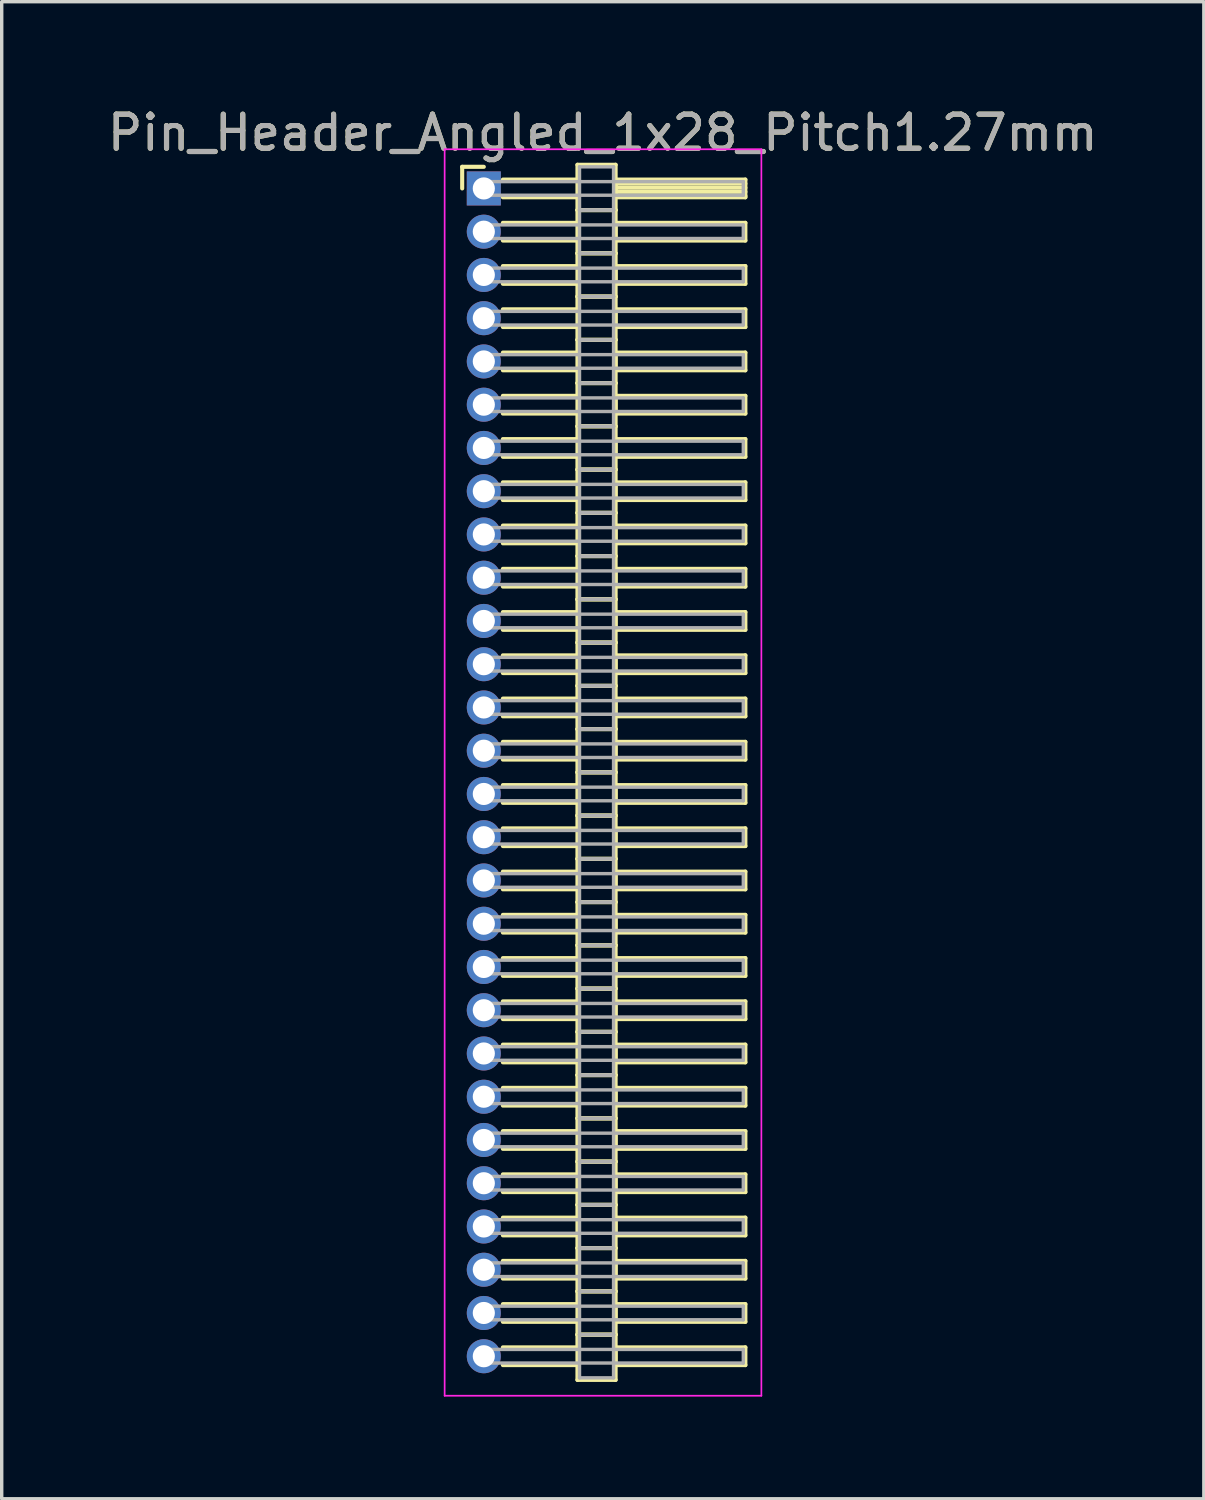
<source format=kicad_pcb>
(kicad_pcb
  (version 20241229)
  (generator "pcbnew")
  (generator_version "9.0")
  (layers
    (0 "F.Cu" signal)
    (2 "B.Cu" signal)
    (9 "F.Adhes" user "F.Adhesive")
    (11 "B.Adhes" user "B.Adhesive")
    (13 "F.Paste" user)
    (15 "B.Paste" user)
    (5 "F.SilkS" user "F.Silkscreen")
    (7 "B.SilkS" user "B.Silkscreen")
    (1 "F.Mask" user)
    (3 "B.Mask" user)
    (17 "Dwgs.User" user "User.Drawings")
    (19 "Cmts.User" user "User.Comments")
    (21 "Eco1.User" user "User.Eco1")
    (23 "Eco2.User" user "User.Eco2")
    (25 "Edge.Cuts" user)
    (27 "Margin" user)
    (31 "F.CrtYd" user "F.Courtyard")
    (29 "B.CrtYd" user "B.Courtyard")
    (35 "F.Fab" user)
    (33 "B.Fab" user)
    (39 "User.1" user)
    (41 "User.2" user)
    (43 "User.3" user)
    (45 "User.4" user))
  (footprint "Pin_Header_Angled_1x28_Pitch1.27mm"
    (layer "F.Cu")
    (at 11.156 2.483)
    (property "Reference" "Pin_Header_Angled_1x28_Pitch1.27mm" (at 3.493 -1.635 0) (layer "F.SilkS") (effects (font (size 1 1) (thickness 0.15))))
    (attr through_hole)
    (fp_line (start -0.635 -0.635) (end 0 -0.635) (stroke (width 0.12) (type solid)) (layer "F.SilkS"))
    (fp_line (start -0.635 0) (end -0.635 -0.635) (stroke (width 0.12) (type solid)) (layer "F.SilkS"))
    (fp_line (start 0.56 -0.26) (end 2.75 -0.26) (stroke (width 0.12) (type solid)) (layer "F.SilkS"))
    (fp_line (start 0.56 0.26) (end 2.75 0.26) (stroke (width 0.12) (type solid)) (layer "F.SilkS"))
    (fp_line (start 0.56 1.01) (end 2.75 1.01) (stroke (width 0.12) (type solid)) (layer "F.SilkS"))
    (fp_line (start 0.56 1.53) (end 2.75 1.53) (stroke (width 0.12) (type solid)) (layer "F.SilkS"))
    (fp_line (start 0.56 2.28) (end 2.75 2.28) (stroke (width 0.12) (type solid)) (layer "F.SilkS"))
    (fp_line (start 0.56 2.8) (end 2.75 2.8) (stroke (width 0.12) (type solid)) (layer "F.SilkS"))
    (fp_line (start 0.56 3.55) (end 2.75 3.55) (stroke (width 0.12) (type solid)) (layer "F.SilkS"))
    (fp_line (start 0.56 4.07) (end 2.75 4.07) (stroke (width 0.12) (type solid)) (layer "F.SilkS"))
    (fp_line (start 0.56 4.82) (end 2.75 4.82) (stroke (width 0.12) (type solid)) (layer "F.SilkS"))
    (fp_line (start 0.56 5.34) (end 2.75 5.34) (stroke (width 0.12) (type solid)) (layer "F.SilkS"))
    (fp_line (start 0.56 6.09) (end 2.75 6.09) (stroke (width 0.12) (type solid)) (layer "F.SilkS"))
    (fp_line (start 0.56 6.61) (end 2.75 6.61) (stroke (width 0.12) (type solid)) (layer "F.SilkS"))
    (fp_line (start 0.56 7.36) (end 2.75 7.36) (stroke (width 0.12) (type solid)) (layer "F.SilkS"))
    (fp_line (start 0.56 7.88) (end 2.75 7.88) (stroke (width 0.12) (type solid)) (layer "F.SilkS"))
    (fp_line (start 0.56 8.63) (end 2.75 8.63) (stroke (width 0.12) (type solid)) (layer "F.SilkS"))
    (fp_line (start 0.56 9.15) (end 2.75 9.15) (stroke (width 0.12) (type solid)) (layer "F.SilkS"))
    (fp_line (start 0.56 9.9) (end 2.75 9.9) (stroke (width 0.12) (type solid)) (layer "F.SilkS"))
    (fp_line (start 0.56 10.42) (end 2.75 10.42) (stroke (width 0.12) (type solid)) (layer "F.SilkS"))
    (fp_line (start 0.56 11.17) (end 2.75 11.17) (stroke (width 0.12) (type solid)) (layer "F.SilkS"))
    (fp_line (start 0.56 11.69) (end 2.75 11.69) (stroke (width 0.12) (type solid)) (layer "F.SilkS"))
    (fp_line (start 0.56 12.44) (end 2.75 12.44) (stroke (width 0.12) (type solid)) (layer "F.SilkS"))
    (fp_line (start 0.56 12.96) (end 2.75 12.96) (stroke (width 0.12) (type solid)) (layer "F.SilkS"))
    (fp_line (start 0.56 13.71) (end 2.75 13.71) (stroke (width 0.12) (type solid)) (layer "F.SilkS"))
    (fp_line (start 0.56 14.23) (end 2.75 14.23) (stroke (width 0.12) (type solid)) (layer "F.SilkS"))
    (fp_line (start 0.56 14.98) (end 2.75 14.98) (stroke (width 0.12) (type solid)) (layer "F.SilkS"))
    (fp_line (start 0.56 15.5) (end 2.75 15.5) (stroke (width 0.12) (type solid)) (layer "F.SilkS"))
    (fp_line (start 0.56 16.25) (end 2.75 16.25) (stroke (width 0.12) (type solid)) (layer "F.SilkS"))
    (fp_line (start 0.56 16.77) (end 2.75 16.77) (stroke (width 0.12) (type solid)) (layer "F.SilkS"))
    (fp_line (start 0.56 17.52) (end 2.75 17.52) (stroke (width 0.12) (type solid)) (layer "F.SilkS"))
    (fp_line (start 0.56 18.04) (end 2.75 18.04) (stroke (width 0.12) (type solid)) (layer "F.SilkS"))
    (fp_line (start 0.56 18.79) (end 2.75 18.79) (stroke (width 0.12) (type solid)) (layer "F.SilkS"))
    (fp_line (start 0.56 19.31) (end 2.75 19.31) (stroke (width 0.12) (type solid)) (layer "F.SilkS"))
    (fp_line (start 0.56 20.06) (end 2.75 20.06) (stroke (width 0.12) (type solid)) (layer "F.SilkS"))
    (fp_line (start 0.56 20.58) (end 2.75 20.58) (stroke (width 0.12) (type solid)) (layer "F.SilkS"))
    (fp_line (start 0.56 21.33) (end 2.75 21.33) (stroke (width 0.12) (type solid)) (layer "F.SilkS"))
    (fp_line (start 0.56 21.85) (end 2.75 21.85) (stroke (width 0.12) (type solid)) (layer "F.SilkS"))
    (fp_line (start 0.56 22.6) (end 2.75 22.6) (stroke (width 0.12) (type solid)) (layer "F.SilkS"))
    (fp_line (start 0.56 23.12) (end 2.75 23.12) (stroke (width 0.12) (type solid)) (layer "F.SilkS"))
    (fp_line (start 0.56 23.87) (end 2.75 23.87) (stroke (width 0.12) (type solid)) (layer "F.SilkS"))
    (fp_line (start 0.56 24.39) (end 2.75 24.39) (stroke (width 0.12) (type solid)) (layer "F.SilkS"))
    (fp_line (start 0.56 25.14) (end 2.75 25.14) (stroke (width 0.12) (type solid)) (layer "F.SilkS"))
    (fp_line (start 0.56 25.66) (end 2.75 25.66) (stroke (width 0.12) (type solid)) (layer "F.SilkS"))
    (fp_line (start 0.56 26.41) (end 2.75 26.41) (stroke (width 0.12) (type solid)) (layer "F.SilkS"))
    (fp_line (start 0.56 26.93) (end 2.75 26.93) (stroke (width 0.12) (type solid)) (layer "F.SilkS"))
    (fp_line (start 0.56 27.68) (end 2.75 27.68) (stroke (width 0.12) (type solid)) (layer "F.SilkS"))
    (fp_line (start 0.56 28.2) (end 2.75 28.2) (stroke (width 0.12) (type solid)) (layer "F.SilkS"))
    (fp_line (start 0.56 28.95) (end 2.75 28.95) (stroke (width 0.12) (type solid)) (layer "F.SilkS"))
    (fp_line (start 0.56 29.47) (end 2.75 29.47) (stroke (width 0.12) (type solid)) (layer "F.SilkS"))
    (fp_line (start 0.56 30.22) (end 2.75 30.22) (stroke (width 0.12) (type solid)) (layer "F.SilkS"))
    (fp_line (start 0.56 30.74) (end 2.75 30.74) (stroke (width 0.12) (type solid)) (layer "F.SilkS"))
    (fp_line (start 0.56 31.49) (end 2.75 31.49) (stroke (width 0.12) (type solid)) (layer "F.SilkS"))
    (fp_line (start 0.56 32.01) (end 2.75 32.01) (stroke (width 0.12) (type solid)) (layer "F.SilkS"))
    (fp_line (start 0.56 32.76) (end 2.75 32.76) (stroke (width 0.12) (type solid)) (layer "F.SilkS"))
    (fp_line (start 0.56 33.28) (end 2.75 33.28) (stroke (width 0.12) (type solid)) (layer "F.SilkS"))
    (fp_line (start 0.56 34.03) (end 2.75 34.03) (stroke (width 0.12) (type solid)) (layer "F.SilkS"))
    (fp_line (start 0.56 34.55) (end 2.75 34.55) (stroke (width 0.12) (type solid)) (layer "F.SilkS"))
    (fp_line (start 2.75 -0.695) (end 2.75 0.635) (stroke (width 0.12) (type solid)) (layer "F.SilkS"))
    (fp_line (start 2.75 0.635) (end 2.75 1.905) (stroke (width 0.12) (type solid)) (layer "F.SilkS"))
    (fp_line (start 2.75 0.635) (end 3.87 0.635) (stroke (width 0.12) (type solid)) (layer "F.SilkS"))
    (fp_line (start 2.75 1.905) (end 2.75 3.175) (stroke (width 0.12) (type solid)) (layer "F.SilkS"))
    (fp_line (start 2.75 1.905) (end 3.87 1.905) (stroke (width 0.12) (type solid)) (layer "F.SilkS"))
    (fp_line (start 2.75 3.175) (end 2.75 4.445) (stroke (width 0.12) (type solid)) (layer "F.SilkS"))
    (fp_line (start 2.75 3.175) (end 3.87 3.175) (stroke (width 0.12) (type solid)) (layer "F.SilkS"))
    (fp_line (start 2.75 4.445) (end 2.75 5.715) (stroke (width 0.12) (type solid)) (layer "F.SilkS"))
    (fp_line (start 2.75 4.445) (end 3.87 4.445) (stroke (width 0.12) (type solid)) (layer "F.SilkS"))
    (fp_line (start 2.75 5.715) (end 2.75 6.985) (stroke (width 0.12) (type solid)) (layer "F.SilkS"))
    (fp_line (start 2.75 5.715) (end 3.87 5.715) (stroke (width 0.12) (type solid)) (layer "F.SilkS"))
    (fp_line (start 2.75 6.985) (end 2.75 8.255) (stroke (width 0.12) (type solid)) (layer "F.SilkS"))
    (fp_line (start 2.75 6.985) (end 3.87 6.985) (stroke (width 0.12) (type solid)) (layer "F.SilkS"))
    (fp_line (start 2.75 8.255) (end 2.75 9.525) (stroke (width 0.12) (type solid)) (layer "F.SilkS"))
    (fp_line (start 2.75 8.255) (end 3.87 8.255) (stroke (width 0.12) (type solid)) (layer "F.SilkS"))
    (fp_line (start 2.75 9.525) (end 2.75 10.795) (stroke (width 0.12) (type solid)) (layer "F.SilkS"))
    (fp_line (start 2.75 9.525) (end 3.87 9.525) (stroke (width 0.12) (type solid)) (layer "F.SilkS"))
    (fp_line (start 2.75 10.795) (end 2.75 12.065) (stroke (width 0.12) (type solid)) (layer "F.SilkS"))
    (fp_line (start 2.75 10.795) (end 3.87 10.795) (stroke (width 0.12) (type solid)) (layer "F.SilkS"))
    (fp_line (start 2.75 12.065) (end 2.75 13.335) (stroke (width 0.12) (type solid)) (layer "F.SilkS"))
    (fp_line (start 2.75 12.065) (end 3.87 12.065) (stroke (width 0.12) (type solid)) (layer "F.SilkS"))
    (fp_line (start 2.75 13.335) (end 2.75 14.605) (stroke (width 0.12) (type solid)) (layer "F.SilkS"))
    (fp_line (start 2.75 13.335) (end 3.87 13.335) (stroke (width 0.12) (type solid)) (layer "F.SilkS"))
    (fp_line (start 2.75 14.605) (end 2.75 15.875) (stroke (width 0.12) (type solid)) (layer "F.SilkS"))
    (fp_line (start 2.75 14.605) (end 3.87 14.605) (stroke (width 0.12) (type solid)) (layer "F.SilkS"))
    (fp_line (start 2.75 15.875) (end 2.75 17.145) (stroke (width 0.12) (type solid)) (layer "F.SilkS"))
    (fp_line (start 2.75 15.875) (end 3.87 15.875) (stroke (width 0.12) (type solid)) (layer "F.SilkS"))
    (fp_line (start 2.75 17.145) (end 2.75 18.415) (stroke (width 0.12) (type solid)) (layer "F.SilkS"))
    (fp_line (start 2.75 17.145) (end 3.87 17.145) (stroke (width 0.12) (type solid)) (layer "F.SilkS"))
    (fp_line (start 2.75 18.415) (end 2.75 19.685) (stroke (width 0.12) (type solid)) (layer "F.SilkS"))
    (fp_line (start 2.75 18.415) (end 3.87 18.415) (stroke (width 0.12) (type solid)) (layer "F.SilkS"))
    (fp_line (start 2.75 19.685) (end 2.75 20.955) (stroke (width 0.12) (type solid)) (layer "F.SilkS"))
    (fp_line (start 2.75 19.685) (end 3.87 19.685) (stroke (width 0.12) (type solid)) (layer "F.SilkS"))
    (fp_line (start 2.75 20.955) (end 2.75 22.225) (stroke (width 0.12) (type solid)) (layer "F.SilkS"))
    (fp_line (start 2.75 20.955) (end 3.87 20.955) (stroke (width 0.12) (type solid)) (layer "F.SilkS"))
    (fp_line (start 2.75 22.225) (end 2.75 23.495) (stroke (width 0.12) (type solid)) (layer "F.SilkS"))
    (fp_line (start 2.75 22.225) (end 3.87 22.225) (stroke (width 0.12) (type solid)) (layer "F.SilkS"))
    (fp_line (start 2.75 23.495) (end 2.75 24.765) (stroke (width 0.12) (type solid)) (layer "F.SilkS"))
    (fp_line (start 2.75 23.495) (end 3.87 23.495) (stroke (width 0.12) (type solid)) (layer "F.SilkS"))
    (fp_line (start 2.75 24.765) (end 2.75 26.035) (stroke (width 0.12) (type solid)) (layer "F.SilkS"))
    (fp_line (start 2.75 24.765) (end 3.87 24.765) (stroke (width 0.12) (type solid)) (layer "F.SilkS"))
    (fp_line (start 2.75 26.035) (end 2.75 27.305) (stroke (width 0.12) (type solid)) (layer "F.SilkS"))
    (fp_line (start 2.75 26.035) (end 3.87 26.035) (stroke (width 0.12) (type solid)) (layer "F.SilkS"))
    (fp_line (start 2.75 27.305) (end 2.75 28.575) (stroke (width 0.12) (type solid)) (layer "F.SilkS"))
    (fp_line (start 2.75 27.305) (end 3.87 27.305) (stroke (width 0.12) (type solid)) (layer "F.SilkS"))
    (fp_line (start 2.75 28.575) (end 2.75 29.845) (stroke (width 0.12) (type solid)) (layer "F.SilkS"))
    (fp_line (start 2.75 28.575) (end 3.87 28.575) (stroke (width 0.12) (type solid)) (layer "F.SilkS"))
    (fp_line (start 2.75 29.845) (end 2.75 31.115) (stroke (width 0.12) (type solid)) (layer "F.SilkS"))
    (fp_line (start 2.75 29.845) (end 3.87 29.845) (stroke (width 0.12) (type solid)) (layer "F.SilkS"))
    (fp_line (start 2.75 31.115) (end 2.75 32.385) (stroke (width 0.12) (type solid)) (layer "F.SilkS"))
    (fp_line (start 2.75 31.115) (end 3.87 31.115) (stroke (width 0.12) (type solid)) (layer "F.SilkS"))
    (fp_line (start 2.75 32.385) (end 2.75 33.655) (stroke (width 0.12) (type solid)) (layer "F.SilkS"))
    (fp_line (start 2.75 32.385) (end 3.87 32.385) (stroke (width 0.12) (type solid)) (layer "F.SilkS"))
    (fp_line (start 2.75 33.655) (end 2.75 34.985) (stroke (width 0.12) (type solid)) (layer "F.SilkS"))
    (fp_line (start 2.75 33.655) (end 3.87 33.655) (stroke (width 0.12) (type solid)) (layer "F.SilkS"))
    (fp_line (start 2.75 34.985) (end 3.87 34.985) (stroke (width 0.12) (type solid)) (layer "F.SilkS"))
    (fp_line (start 3.87 -0.695) (end 2.75 -0.695) (stroke (width 0.12) (type solid)) (layer "F.SilkS"))
    (fp_line (start 3.87 -0.26) (end 3.87 0.26) (stroke (width 0.12) (type solid)) (layer "F.SilkS"))
    (fp_line (start 3.87 -0.14) (end 7.68 -0.14) (stroke (width 0.12) (type solid)) (layer "F.SilkS"))
    (fp_line (start 3.87 -0.02) (end 7.68 -0.02) (stroke (width 0.12) (type solid)) (layer "F.SilkS"))
    (fp_line (start 3.87 0.1) (end 7.68 0.1) (stroke (width 0.12) (type solid)) (layer "F.SilkS"))
    (fp_line (start 3.87 0.22) (end 7.68 0.22) (stroke (width 0.12) (type solid)) (layer "F.SilkS"))
    (fp_line (start 3.87 0.26) (end 7.68 0.26) (stroke (width 0.12) (type solid)) (layer "F.SilkS"))
    (fp_line (start 3.87 0.635) (end 2.75 0.635) (stroke (width 0.12) (type solid)) (layer "F.SilkS"))
    (fp_line (start 3.87 0.635) (end 3.87 -0.695) (stroke (width 0.12) (type solid)) (layer "F.SilkS"))
    (fp_line (start 3.87 1.01) (end 3.87 1.53) (stroke (width 0.12) (type solid)) (layer "F.SilkS"))
    (fp_line (start 3.87 1.53) (end 7.68 1.53) (stroke (width 0.12) (type solid)) (layer "F.SilkS"))
    (fp_line (start 3.87 1.905) (end 2.75 1.905) (stroke (width 0.12) (type solid)) (layer "F.SilkS"))
    (fp_line (start 3.87 1.905) (end 3.87 0.635) (stroke (width 0.12) (type solid)) (layer "F.SilkS"))
    (fp_line (start 3.87 2.28) (end 3.87 2.8) (stroke (width 0.12) (type solid)) (layer "F.SilkS"))
    (fp_line (start 3.87 2.8) (end 7.68 2.8) (stroke (width 0.12) (type solid)) (layer "F.SilkS"))
    (fp_line (start 3.87 3.175) (end 2.75 3.175) (stroke (width 0.12) (type solid)) (layer "F.SilkS"))
    (fp_line (start 3.87 3.175) (end 3.87 1.905) (stroke (width 0.12) (type solid)) (layer "F.SilkS"))
    (fp_line (start 3.87 3.55) (end 3.87 4.07) (stroke (width 0.12) (type solid)) (layer "F.SilkS"))
    (fp_line (start 3.87 4.07) (end 7.68 4.07) (stroke (width 0.12) (type solid)) (layer "F.SilkS"))
    (fp_line (start 3.87 4.445) (end 2.75 4.445) (stroke (width 0.12) (type solid)) (layer "F.SilkS"))
    (fp_line (start 3.87 4.445) (end 3.87 3.175) (stroke (width 0.12) (type solid)) (layer "F.SilkS"))
    (fp_line (start 3.87 4.82) (end 3.87 5.34) (stroke (width 0.12) (type solid)) (layer "F.SilkS"))
    (fp_line (start 3.87 5.34) (end 7.68 5.34) (stroke (width 0.12) (type solid)) (layer "F.SilkS"))
    (fp_line (start 3.87 5.715) (end 2.75 5.715) (stroke (width 0.12) (type solid)) (layer "F.SilkS"))
    (fp_line (start 3.87 5.715) (end 3.87 4.445) (stroke (width 0.12) (type solid)) (layer "F.SilkS"))
    (fp_line (start 3.87 6.09) (end 3.87 6.61) (stroke (width 0.12) (type solid)) (layer "F.SilkS"))
    (fp_line (start 3.87 6.61) (end 7.68 6.61) (stroke (width 0.12) (type solid)) (layer "F.SilkS"))
    (fp_line (start 3.87 6.985) (end 2.75 6.985) (stroke (width 0.12) (type solid)) (layer "F.SilkS"))
    (fp_line (start 3.87 6.985) (end 3.87 5.715) (stroke (width 0.12) (type solid)) (layer "F.SilkS"))
    (fp_line (start 3.87 7.36) (end 3.87 7.88) (stroke (width 0.12) (type solid)) (layer "F.SilkS"))
    (fp_line (start 3.87 7.88) (end 7.68 7.88) (stroke (width 0.12) (type solid)) (layer "F.SilkS"))
    (fp_line (start 3.87 8.255) (end 2.75 8.255) (stroke (width 0.12) (type solid)) (layer "F.SilkS"))
    (fp_line (start 3.87 8.255) (end 3.87 6.985) (stroke (width 0.12) (type solid)) (layer "F.SilkS"))
    (fp_line (start 3.87 8.63) (end 3.87 9.15) (stroke (width 0.12) (type solid)) (layer "F.SilkS"))
    (fp_line (start 3.87 9.15) (end 7.68 9.15) (stroke (width 0.12) (type solid)) (layer "F.SilkS"))
    (fp_line (start 3.87 9.525) (end 2.75 9.525) (stroke (width 0.12) (type solid)) (layer "F.SilkS"))
    (fp_line (start 3.87 9.525) (end 3.87 8.255) (stroke (width 0.12) (type solid)) (layer "F.SilkS"))
    (fp_line (start 3.87 9.9) (end 3.87 10.42) (stroke (width 0.12) (type solid)) (layer "F.SilkS"))
    (fp_line (start 3.87 10.42) (end 7.68 10.42) (stroke (width 0.12) (type solid)) (layer "F.SilkS"))
    (fp_line (start 3.87 10.795) (end 2.75 10.795) (stroke (width 0.12) (type solid)) (layer "F.SilkS"))
    (fp_line (start 3.87 10.795) (end 3.87 9.525) (stroke (width 0.12) (type solid)) (layer "F.SilkS"))
    (fp_line (start 3.87 11.17) (end 3.87 11.69) (stroke (width 0.12) (type solid)) (layer "F.SilkS"))
    (fp_line (start 3.87 11.69) (end 7.68 11.69) (stroke (width 0.12) (type solid)) (layer "F.SilkS"))
    (fp_line (start 3.87 12.065) (end 2.75 12.065) (stroke (width 0.12) (type solid)) (layer "F.SilkS"))
    (fp_line (start 3.87 12.065) (end 3.87 10.795) (stroke (width 0.12) (type solid)) (layer "F.SilkS"))
    (fp_line (start 3.87 12.44) (end 3.87 12.96) (stroke (width 0.12) (type solid)) (layer "F.SilkS"))
    (fp_line (start 3.87 12.96) (end 7.68 12.96) (stroke (width 0.12) (type solid)) (layer "F.SilkS"))
    (fp_line (start 3.87 13.335) (end 2.75 13.335) (stroke (width 0.12) (type solid)) (layer "F.SilkS"))
    (fp_line (start 3.87 13.335) (end 3.87 12.065) (stroke (width 0.12) (type solid)) (layer "F.SilkS"))
    (fp_line (start 3.87 13.71) (end 3.87 14.23) (stroke (width 0.12) (type solid)) (layer "F.SilkS"))
    (fp_line (start 3.87 14.23) (end 7.68 14.23) (stroke (width 0.12) (type solid)) (layer "F.SilkS"))
    (fp_line (start 3.87 14.605) (end 2.75 14.605) (stroke (width 0.12) (type solid)) (layer "F.SilkS"))
    (fp_line (start 3.87 14.605) (end 3.87 13.335) (stroke (width 0.12) (type solid)) (layer "F.SilkS"))
    (fp_line (start 3.87 14.98) (end 3.87 15.5) (stroke (width 0.12) (type solid)) (layer "F.SilkS"))
    (fp_line (start 3.87 15.5) (end 7.68 15.5) (stroke (width 0.12) (type solid)) (layer "F.SilkS"))
    (fp_line (start 3.87 15.875) (end 2.75 15.875) (stroke (width 0.12) (type solid)) (layer "F.SilkS"))
    (fp_line (start 3.87 15.875) (end 3.87 14.605) (stroke (width 0.12) (type solid)) (layer "F.SilkS"))
    (fp_line (start 3.87 16.25) (end 3.87 16.77) (stroke (width 0.12) (type solid)) (layer "F.SilkS"))
    (fp_line (start 3.87 16.77) (end 7.68 16.77) (stroke (width 0.12) (type solid)) (layer "F.SilkS"))
    (fp_line (start 3.87 17.145) (end 2.75 17.145) (stroke (width 0.12) (type solid)) (layer "F.SilkS"))
    (fp_line (start 3.87 17.145) (end 3.87 15.875) (stroke (width 0.12) (type solid)) (layer "F.SilkS"))
    (fp_line (start 3.87 17.52) (end 3.87 18.04) (stroke (width 0.12) (type solid)) (layer "F.SilkS"))
    (fp_line (start 3.87 18.04) (end 7.68 18.04) (stroke (width 0.12) (type solid)) (layer "F.SilkS"))
    (fp_line (start 3.87 18.415) (end 2.75 18.415) (stroke (width 0.12) (type solid)) (layer "F.SilkS"))
    (fp_line (start 3.87 18.415) (end 3.87 17.145) (stroke (width 0.12) (type solid)) (layer "F.SilkS"))
    (fp_line (start 3.87 18.79) (end 3.87 19.31) (stroke (width 0.12) (type solid)) (layer "F.SilkS"))
    (fp_line (start 3.87 19.31) (end 7.68 19.31) (stroke (width 0.12) (type solid)) (layer "F.SilkS"))
    (fp_line (start 3.87 19.685) (end 2.75 19.685) (stroke (width 0.12) (type solid)) (layer "F.SilkS"))
    (fp_line (start 3.87 19.685) (end 3.87 18.415) (stroke (width 0.12) (type solid)) (layer "F.SilkS"))
    (fp_line (start 3.87 20.06) (end 3.87 20.58) (stroke (width 0.12) (type solid)) (layer "F.SilkS"))
    (fp_line (start 3.87 20.58) (end 7.68 20.58) (stroke (width 0.12) (type solid)) (layer "F.SilkS"))
    (fp_line (start 3.87 20.955) (end 2.75 20.955) (stroke (width 0.12) (type solid)) (layer "F.SilkS"))
    (fp_line (start 3.87 20.955) (end 3.87 19.685) (stroke (width 0.12) (type solid)) (layer "F.SilkS"))
    (fp_line (start 3.87 21.33) (end 3.87 21.85) (stroke (width 0.12) (type solid)) (layer "F.SilkS"))
    (fp_line (start 3.87 21.85) (end 7.68 21.85) (stroke (width 0.12) (type solid)) (layer "F.SilkS"))
    (fp_line (start 3.87 22.225) (end 2.75 22.225) (stroke (width 0.12) (type solid)) (layer "F.SilkS"))
    (fp_line (start 3.87 22.225) (end 3.87 20.955) (stroke (width 0.12) (type solid)) (layer "F.SilkS"))
    (fp_line (start 3.87 22.6) (end 3.87 23.12) (stroke (width 0.12) (type solid)) (layer "F.SilkS"))
    (fp_line (start 3.87 23.12) (end 7.68 23.12) (stroke (width 0.12) (type solid)) (layer "F.SilkS"))
    (fp_line (start 3.87 23.495) (end 2.75 23.495) (stroke (width 0.12) (type solid)) (layer "F.SilkS"))
    (fp_line (start 3.87 23.495) (end 3.87 22.225) (stroke (width 0.12) (type solid)) (layer "F.SilkS"))
    (fp_line (start 3.87 23.87) (end 3.87 24.39) (stroke (width 0.12) (type solid)) (layer "F.SilkS"))
    (fp_line (start 3.87 24.39) (end 7.68 24.39) (stroke (width 0.12) (type solid)) (layer "F.SilkS"))
    (fp_line (start 3.87 24.765) (end 2.75 24.765) (stroke (width 0.12) (type solid)) (layer "F.SilkS"))
    (fp_line (start 3.87 24.765) (end 3.87 23.495) (stroke (width 0.12) (type solid)) (layer "F.SilkS"))
    (fp_line (start 3.87 25.14) (end 3.87 25.66) (stroke (width 0.12) (type solid)) (layer "F.SilkS"))
    (fp_line (start 3.87 25.66) (end 7.68 25.66) (stroke (width 0.12) (type solid)) (layer "F.SilkS"))
    (fp_line (start 3.87 26.035) (end 2.75 26.035) (stroke (width 0.12) (type solid)) (layer "F.SilkS"))
    (fp_line (start 3.87 26.035) (end 3.87 24.765) (stroke (width 0.12) (type solid)) (layer "F.SilkS"))
    (fp_line (start 3.87 26.41) (end 3.87 26.93) (stroke (width 0.12) (type solid)) (layer "F.SilkS"))
    (fp_line (start 3.87 26.93) (end 7.68 26.93) (stroke (width 0.12) (type solid)) (layer "F.SilkS"))
    (fp_line (start 3.87 27.305) (end 2.75 27.305) (stroke (width 0.12) (type solid)) (layer "F.SilkS"))
    (fp_line (start 3.87 27.305) (end 3.87 26.035) (stroke (width 0.12) (type solid)) (layer "F.SilkS"))
    (fp_line (start 3.87 27.68) (end 3.87 28.2) (stroke (width 0.12) (type solid)) (layer "F.SilkS"))
    (fp_line (start 3.87 28.2) (end 7.68 28.2) (stroke (width 0.12) (type solid)) (layer "F.SilkS"))
    (fp_line (start 3.87 28.575) (end 2.75 28.575) (stroke (width 0.12) (type solid)) (layer "F.SilkS"))
    (fp_line (start 3.87 28.575) (end 3.87 27.305) (stroke (width 0.12) (type solid)) (layer "F.SilkS"))
    (fp_line (start 3.87 28.95) (end 3.87 29.47) (stroke (width 0.12) (type solid)) (layer "F.SilkS"))
    (fp_line (start 3.87 29.47) (end 7.68 29.47) (stroke (width 0.12) (type solid)) (layer "F.SilkS"))
    (fp_line (start 3.87 29.845) (end 2.75 29.845) (stroke (width 0.12) (type solid)) (layer "F.SilkS"))
    (fp_line (start 3.87 29.845) (end 3.87 28.575) (stroke (width 0.12) (type solid)) (layer "F.SilkS"))
    (fp_line (start 3.87 30.22) (end 3.87 30.74) (stroke (width 0.12) (type solid)) (layer "F.SilkS"))
    (fp_line (start 3.87 30.74) (end 7.68 30.74) (stroke (width 0.12) (type solid)) (layer "F.SilkS"))
    (fp_line (start 3.87 31.115) (end 2.75 31.115) (stroke (width 0.12) (type solid)) (layer "F.SilkS"))
    (fp_line (start 3.87 31.115) (end 3.87 29.845) (stroke (width 0.12) (type solid)) (layer "F.SilkS"))
    (fp_line (start 3.87 31.49) (end 3.87 32.01) (stroke (width 0.12) (type solid)) (layer "F.SilkS"))
    (fp_line (start 3.87 32.01) (end 7.68 32.01) (stroke (width 0.12) (type solid)) (layer "F.SilkS"))
    (fp_line (start 3.87 32.385) (end 2.75 32.385) (stroke (width 0.12) (type solid)) (layer "F.SilkS"))
    (fp_line (start 3.87 32.385) (end 3.87 31.115) (stroke (width 0.12) (type solid)) (layer "F.SilkS"))
    (fp_line (start 3.87 32.76) (end 3.87 33.28) (stroke (width 0.12) (type solid)) (layer "F.SilkS"))
    (fp_line (start 3.87 33.28) (end 7.68 33.28) (stroke (width 0.12) (type solid)) (layer "F.SilkS"))
    (fp_line (start 3.87 33.655) (end 2.75 33.655) (stroke (width 0.12) (type solid)) (layer "F.SilkS"))
    (fp_line (start 3.87 33.655) (end 3.87 32.385) (stroke (width 0.12) (type solid)) (layer "F.SilkS"))
    (fp_line (start 3.87 34.03) (end 3.87 34.55) (stroke (width 0.12) (type solid)) (layer "F.SilkS"))
    (fp_line (start 3.87 34.55) (end 7.68 34.55) (stroke (width 0.12) (type solid)) (layer "F.SilkS"))
    (fp_line (start 3.87 34.985) (end 3.87 33.655) (stroke (width 0.12) (type solid)) (layer "F.SilkS"))
    (fp_line (start 7.68 -0.26) (end 3.87 -0.26) (stroke (width 0.12) (type solid)) (layer "F.SilkS"))
    (fp_line (start 7.68 0.26) (end 7.68 -0.26) (stroke (width 0.12) (type solid)) (layer "F.SilkS"))
    (fp_line (start 7.68 1.01) (end 3.87 1.01) (stroke (width 0.12) (type solid)) (layer "F.SilkS"))
    (fp_line (start 7.68 1.53) (end 7.68 1.01) (stroke (width 0.12) (type solid)) (layer "F.SilkS"))
    (fp_line (start 7.68 2.28) (end 3.87 2.28) (stroke (width 0.12) (type solid)) (layer "F.SilkS"))
    (fp_line (start 7.68 2.8) (end 7.68 2.28) (stroke (width 0.12) (type solid)) (layer "F.SilkS"))
    (fp_line (start 7.68 3.55) (end 3.87 3.55) (stroke (width 0.12) (type solid)) (layer "F.SilkS"))
    (fp_line (start 7.68 4.07) (end 7.68 3.55) (stroke (width 0.12) (type solid)) (layer "F.SilkS"))
    (fp_line (start 7.68 4.82) (end 3.87 4.82) (stroke (width 0.12) (type solid)) (layer "F.SilkS"))
    (fp_line (start 7.68 5.34) (end 7.68 4.82) (stroke (width 0.12) (type solid)) (layer "F.SilkS"))
    (fp_line (start 7.68 6.09) (end 3.87 6.09) (stroke (width 0.12) (type solid)) (layer "F.SilkS"))
    (fp_line (start 7.68 6.61) (end 7.68 6.09) (stroke (width 0.12) (type solid)) (layer "F.SilkS"))
    (fp_line (start 7.68 7.36) (end 3.87 7.36) (stroke (width 0.12) (type solid)) (layer "F.SilkS"))
    (fp_line (start 7.68 7.88) (end 7.68 7.36) (stroke (width 0.12) (type solid)) (layer "F.SilkS"))
    (fp_line (start 7.68 8.63) (end 3.87 8.63) (stroke (width 0.12) (type solid)) (layer "F.SilkS"))
    (fp_line (start 7.68 9.15) (end 7.68 8.63) (stroke (width 0.12) (type solid)) (layer "F.SilkS"))
    (fp_line (start 7.68 9.9) (end 3.87 9.9) (stroke (width 0.12) (type solid)) (layer "F.SilkS"))
    (fp_line (start 7.68 10.42) (end 7.68 9.9) (stroke (width 0.12) (type solid)) (layer "F.SilkS"))
    (fp_line (start 7.68 11.17) (end 3.87 11.17) (stroke (width 0.12) (type solid)) (layer "F.SilkS"))
    (fp_line (start 7.68 11.69) (end 7.68 11.17) (stroke (width 0.12) (type solid)) (layer "F.SilkS"))
    (fp_line (start 7.68 12.44) (end 3.87 12.44) (stroke (width 0.12) (type solid)) (layer "F.SilkS"))
    (fp_line (start 7.68 12.96) (end 7.68 12.44) (stroke (width 0.12) (type solid)) (layer "F.SilkS"))
    (fp_line (start 7.68 13.71) (end 3.87 13.71) (stroke (width 0.12) (type solid)) (layer "F.SilkS"))
    (fp_line (start 7.68 14.23) (end 7.68 13.71) (stroke (width 0.12) (type solid)) (layer "F.SilkS"))
    (fp_line (start 7.68 14.98) (end 3.87 14.98) (stroke (width 0.12) (type solid)) (layer "F.SilkS"))
    (fp_line (start 7.68 15.5) (end 7.68 14.98) (stroke (width 0.12) (type solid)) (layer "F.SilkS"))
    (fp_line (start 7.68 16.25) (end 3.87 16.25) (stroke (width 0.12) (type solid)) (layer "F.SilkS"))
    (fp_line (start 7.68 16.77) (end 7.68 16.25) (stroke (width 0.12) (type solid)) (layer "F.SilkS"))
    (fp_line (start 7.68 17.52) (end 3.87 17.52) (stroke (width 0.12) (type solid)) (layer "F.SilkS"))
    (fp_line (start 7.68 18.04) (end 7.68 17.52) (stroke (width 0.12) (type solid)) (layer "F.SilkS"))
    (fp_line (start 7.68 18.79) (end 3.87 18.79) (stroke (width 0.12) (type solid)) (layer "F.SilkS"))
    (fp_line (start 7.68 19.31) (end 7.68 18.79) (stroke (width 0.12) (type solid)) (layer "F.SilkS"))
    (fp_line (start 7.68 20.06) (end 3.87 20.06) (stroke (width 0.12) (type solid)) (layer "F.SilkS"))
    (fp_line (start 7.68 20.58) (end 7.68 20.06) (stroke (width 0.12) (type solid)) (layer "F.SilkS"))
    (fp_line (start 7.68 21.33) (end 3.87 21.33) (stroke (width 0.12) (type solid)) (layer "F.SilkS"))
    (fp_line (start 7.68 21.85) (end 7.68 21.33) (stroke (width 0.12) (type solid)) (layer "F.SilkS"))
    (fp_line (start 7.68 22.6) (end 3.87 22.6) (stroke (width 0.12) (type solid)) (layer "F.SilkS"))
    (fp_line (start 7.68 23.12) (end 7.68 22.6) (stroke (width 0.12) (type solid)) (layer "F.SilkS"))
    (fp_line (start 7.68 23.87) (end 3.87 23.87) (stroke (width 0.12) (type solid)) (layer "F.SilkS"))
    (fp_line (start 7.68 24.39) (end 7.68 23.87) (stroke (width 0.12) (type solid)) (layer "F.SilkS"))
    (fp_line (start 7.68 25.14) (end 3.87 25.14) (stroke (width 0.12) (type solid)) (layer "F.SilkS"))
    (fp_line (start 7.68 25.66) (end 7.68 25.14) (stroke (width 0.12) (type solid)) (layer "F.SilkS"))
    (fp_line (start 7.68 26.41) (end 3.87 26.41) (stroke (width 0.12) (type solid)) (layer "F.SilkS"))
    (fp_line (start 7.68 26.93) (end 7.68 26.41) (stroke (width 0.12) (type solid)) (layer "F.SilkS"))
    (fp_line (start 7.68 27.68) (end 3.87 27.68) (stroke (width 0.12) (type solid)) (layer "F.SilkS"))
    (fp_line (start 7.68 28.2) (end 7.68 27.68) (stroke (width 0.12) (type solid)) (layer "F.SilkS"))
    (fp_line (start 7.68 28.95) (end 3.87 28.95) (stroke (width 0.12) (type solid)) (layer "F.SilkS"))
    (fp_line (start 7.68 29.47) (end 7.68 28.95) (stroke (width 0.12) (type solid)) (layer "F.SilkS"))
    (fp_line (start 7.68 30.22) (end 3.87 30.22) (stroke (width 0.12) (type solid)) (layer "F.SilkS"))
    (fp_line (start 7.68 30.74) (end 7.68 30.22) (stroke (width 0.12) (type solid)) (layer "F.SilkS"))
    (fp_line (start 7.68 31.49) (end 3.87 31.49) (stroke (width 0.12) (type solid)) (layer "F.SilkS"))
    (fp_line (start 7.68 32.01) (end 7.68 31.49) (stroke (width 0.12) (type solid)) (layer "F.SilkS"))
    (fp_line (start 7.68 32.76) (end 3.87 32.76) (stroke (width 0.12) (type solid)) (layer "F.SilkS"))
    (fp_line (start 7.68 33.28) (end 7.68 32.76) (stroke (width 0.12) (type solid)) (layer "F.SilkS"))
    (fp_line (start 7.68 34.03) (end 3.87 34.03) (stroke (width 0.12) (type solid)) (layer "F.SilkS"))
    (fp_line (start 7.68 34.55) (end 7.68 34.03) (stroke (width 0.12) (type solid)) (layer "F.SilkS"))
    (fp_line (start -1.15 -1.15) (end -1.15 35.45) (stroke (width 0.05) (type solid)) (layer "F.CrtYd"))
    (fp_line (start -1.15 35.45) (end 8.15 35.45) (stroke (width 0.05) (type solid)) (layer "F.CrtYd"))
    (fp_line (start 8.15 -1.15) (end -1.15 -1.15) (stroke (width 0.05) (type solid)) (layer "F.CrtYd"))
    (fp_line (start 8.15 35.45) (end 8.15 -1.15) (stroke (width 0.05) (type solid)) (layer "F.CrtYd"))
    (fp_line (start 0 -0.2) (end 0 0.2) (stroke (width 0.1) (type solid)) (layer "F.Fab"))
    (fp_line (start 0 0.2) (end 7.62 0.2) (stroke (width 0.1) (type solid)) (layer "F.Fab"))
    (fp_line (start 0 1.07) (end 0 1.47) (stroke (width 0.1) (type solid)) (layer "F.Fab"))
    (fp_line (start 0 1.47) (end 7.62 1.47) (stroke (width 0.1) (type solid)) (layer "F.Fab"))
    (fp_line (start 0 2.34) (end 0 2.74) (stroke (width 0.1) (type solid)) (layer "F.Fab"))
    (fp_line (start 0 2.74) (end 7.62 2.74) (stroke (width 0.1) (type solid)) (layer "F.Fab"))
    (fp_line (start 0 3.61) (end 0 4.01) (stroke (width 0.1) (type solid)) (layer "F.Fab"))
    (fp_line (start 0 4.01) (end 7.62 4.01) (stroke (width 0.1) (type solid)) (layer "F.Fab"))
    (fp_line (start 0 4.88) (end 0 5.28) (stroke (width 0.1) (type solid)) (layer "F.Fab"))
    (fp_line (start 0 5.28) (end 7.62 5.28) (stroke (width 0.1) (type solid)) (layer "F.Fab"))
    (fp_line (start 0 6.15) (end 0 6.55) (stroke (width 0.1) (type solid)) (layer "F.Fab"))
    (fp_line (start 0 6.55) (end 7.62 6.55) (stroke (width 0.1) (type solid)) (layer "F.Fab"))
    (fp_line (start 0 7.42) (end 0 7.82) (stroke (width 0.1) (type solid)) (layer "F.Fab"))
    (fp_line (start 0 7.82) (end 7.62 7.82) (stroke (width 0.1) (type solid)) (layer "F.Fab"))
    (fp_line (start 0 8.69) (end 0 9.09) (stroke (width 0.1) (type solid)) (layer "F.Fab"))
    (fp_line (start 0 9.09) (end 7.62 9.09) (stroke (width 0.1) (type solid)) (layer "F.Fab"))
    (fp_line (start 0 9.96) (end 0 10.36) (stroke (width 0.1) (type solid)) (layer "F.Fab"))
    (fp_line (start 0 10.36) (end 7.62 10.36) (stroke (width 0.1) (type solid)) (layer "F.Fab"))
    (fp_line (start 0 11.23) (end 0 11.63) (stroke (width 0.1) (type solid)) (layer "F.Fab"))
    (fp_line (start 0 11.63) (end 7.62 11.63) (stroke (width 0.1) (type solid)) (layer "F.Fab"))
    (fp_line (start 0 12.5) (end 0 12.9) (stroke (width 0.1) (type solid)) (layer "F.Fab"))
    (fp_line (start 0 12.9) (end 7.62 12.9) (stroke (width 0.1) (type solid)) (layer "F.Fab"))
    (fp_line (start 0 13.77) (end 0 14.17) (stroke (width 0.1) (type solid)) (layer "F.Fab"))
    (fp_line (start 0 14.17) (end 7.62 14.17) (stroke (width 0.1) (type solid)) (layer "F.Fab"))
    (fp_line (start 0 15.04) (end 0 15.44) (stroke (width 0.1) (type solid)) (layer "F.Fab"))
    (fp_line (start 0 15.44) (end 7.62 15.44) (stroke (width 0.1) (type solid)) (layer "F.Fab"))
    (fp_line (start 0 16.31) (end 0 16.71) (stroke (width 0.1) (type solid)) (layer "F.Fab"))
    (fp_line (start 0 16.71) (end 7.62 16.71) (stroke (width 0.1) (type solid)) (layer "F.Fab"))
    (fp_line (start 0 17.58) (end 0 17.98) (stroke (width 0.1) (type solid)) (layer "F.Fab"))
    (fp_line (start 0 17.98) (end 7.62 17.98) (stroke (width 0.1) (type solid)) (layer "F.Fab"))
    (fp_line (start 0 18.85) (end 0 19.25) (stroke (width 0.1) (type solid)) (layer "F.Fab"))
    (fp_line (start 0 19.25) (end 7.62 19.25) (stroke (width 0.1) (type solid)) (layer "F.Fab"))
    (fp_line (start 0 20.12) (end 0 20.52) (stroke (width 0.1) (type solid)) (layer "F.Fab"))
    (fp_line (start 0 20.52) (end 7.62 20.52) (stroke (width 0.1) (type solid)) (layer "F.Fab"))
    (fp_line (start 0 21.39) (end 0 21.79) (stroke (width 0.1) (type solid)) (layer "F.Fab"))
    (fp_line (start 0 21.79) (end 7.62 21.79) (stroke (width 0.1) (type solid)) (layer "F.Fab"))
    (fp_line (start 0 22.66) (end 0 23.06) (stroke (width 0.1) (type solid)) (layer "F.Fab"))
    (fp_line (start 0 23.06) (end 7.62 23.06) (stroke (width 0.1) (type solid)) (layer "F.Fab"))
    (fp_line (start 0 23.93) (end 0 24.33) (stroke (width 0.1) (type solid)) (layer "F.Fab"))
    (fp_line (start 0 24.33) (end 7.62 24.33) (stroke (width 0.1) (type solid)) (layer "F.Fab"))
    (fp_line (start 0 25.2) (end 0 25.6) (stroke (width 0.1) (type solid)) (layer "F.Fab"))
    (fp_line (start 0 25.6) (end 7.62 25.6) (stroke (width 0.1) (type solid)) (layer "F.Fab"))
    (fp_line (start 0 26.47) (end 0 26.87) (stroke (width 0.1) (type solid)) (layer "F.Fab"))
    (fp_line (start 0 26.87) (end 7.62 26.87) (stroke (width 0.1) (type solid)) (layer "F.Fab"))
    (fp_line (start 0 27.74) (end 0 28.14) (stroke (width 0.1) (type solid)) (layer "F.Fab"))
    (fp_line (start 0 28.14) (end 7.62 28.14) (stroke (width 0.1) (type solid)) (layer "F.Fab"))
    (fp_line (start 0 29.01) (end 0 29.41) (stroke (width 0.1) (type solid)) (layer "F.Fab"))
    (fp_line (start 0 29.41) (end 7.62 29.41) (stroke (width 0.1) (type solid)) (layer "F.Fab"))
    (fp_line (start 0 30.28) (end 0 30.68) (stroke (width 0.1) (type solid)) (layer "F.Fab"))
    (fp_line (start 0 30.68) (end 7.62 30.68) (stroke (width 0.1) (type solid)) (layer "F.Fab"))
    (fp_line (start 0 31.55) (end 0 31.95) (stroke (width 0.1) (type solid)) (layer "F.Fab"))
    (fp_line (start 0 31.95) (end 7.62 31.95) (stroke (width 0.1) (type solid)) (layer "F.Fab"))
    (fp_line (start 0 32.82) (end 0 33.22) (stroke (width 0.1) (type solid)) (layer "F.Fab"))
    (fp_line (start 0 33.22) (end 7.62 33.22) (stroke (width 0.1) (type solid)) (layer "F.Fab"))
    (fp_line (start 0 34.09) (end 0 34.49) (stroke (width 0.1) (type solid)) (layer "F.Fab"))
    (fp_line (start 0 34.49) (end 7.62 34.49) (stroke (width 0.1) (type solid)) (layer "F.Fab"))
    (fp_line (start 2.81 -0.635) (end 2.81 0.635) (stroke (width 0.1) (type solid)) (layer "F.Fab"))
    (fp_line (start 2.81 0.635) (end 2.81 1.905) (stroke (width 0.1) (type solid)) (layer "F.Fab"))
    (fp_line (start 2.81 0.635) (end 3.81 0.635) (stroke (width 0.1) (type solid)) (layer "F.Fab"))
    (fp_line (start 2.81 1.905) (end 2.81 3.175) (stroke (width 0.1) (type solid)) (layer "F.Fab"))
    (fp_line (start 2.81 1.905) (end 3.81 1.905) (stroke (width 0.1) (type solid)) (layer "F.Fab"))
    (fp_line (start 2.81 3.175) (end 2.81 4.445) (stroke (width 0.1) (type solid)) (layer "F.Fab"))
    (fp_line (start 2.81 3.175) (end 3.81 3.175) (stroke (width 0.1) (type solid)) (layer "F.Fab"))
    (fp_line (start 2.81 4.445) (end 2.81 5.715) (stroke (width 0.1) (type solid)) (layer "F.Fab"))
    (fp_line (start 2.81 4.445) (end 3.81 4.445) (stroke (width 0.1) (type solid)) (layer "F.Fab"))
    (fp_line (start 2.81 5.715) (end 2.81 6.985) (stroke (width 0.1) (type solid)) (layer "F.Fab"))
    (fp_line (start 2.81 5.715) (end 3.81 5.715) (stroke (width 0.1) (type solid)) (layer "F.Fab"))
    (fp_line (start 2.81 6.985) (end 2.81 8.255) (stroke (width 0.1) (type solid)) (layer "F.Fab"))
    (fp_line (start 2.81 6.985) (end 3.81 6.985) (stroke (width 0.1) (type solid)) (layer "F.Fab"))
    (fp_line (start 2.81 8.255) (end 2.81 9.525) (stroke (width 0.1) (type solid)) (layer "F.Fab"))
    (fp_line (start 2.81 8.255) (end 3.81 8.255) (stroke (width 0.1) (type solid)) (layer "F.Fab"))
    (fp_line (start 2.81 9.525) (end 2.81 10.795) (stroke (width 0.1) (type solid)) (layer "F.Fab"))
    (fp_line (start 2.81 9.525) (end 3.81 9.525) (stroke (width 0.1) (type solid)) (layer "F.Fab"))
    (fp_line (start 2.81 10.795) (end 2.81 12.065) (stroke (width 0.1) (type solid)) (layer "F.Fab"))
    (fp_line (start 2.81 10.795) (end 3.81 10.795) (stroke (width 0.1) (type solid)) (layer "F.Fab"))
    (fp_line (start 2.81 12.065) (end 2.81 13.335) (stroke (width 0.1) (type solid)) (layer "F.Fab"))
    (fp_line (start 2.81 12.065) (end 3.81 12.065) (stroke (width 0.1) (type solid)) (layer "F.Fab"))
    (fp_line (start 2.81 13.335) (end 2.81 14.605) (stroke (width 0.1) (type solid)) (layer "F.Fab"))
    (fp_line (start 2.81 13.335) (end 3.81 13.335) (stroke (width 0.1) (type solid)) (layer "F.Fab"))
    (fp_line (start 2.81 14.605) (end 2.81 15.875) (stroke (width 0.1) (type solid)) (layer "F.Fab"))
    (fp_line (start 2.81 14.605) (end 3.81 14.605) (stroke (width 0.1) (type solid)) (layer "F.Fab"))
    (fp_line (start 2.81 15.875) (end 2.81 17.145) (stroke (width 0.1) (type solid)) (layer "F.Fab"))
    (fp_line (start 2.81 15.875) (end 3.81 15.875) (stroke (width 0.1) (type solid)) (layer "F.Fab"))
    (fp_line (start 2.81 17.145) (end 2.81 18.415) (stroke (width 0.1) (type solid)) (layer "F.Fab"))
    (fp_line (start 2.81 17.145) (end 3.81 17.145) (stroke (width 0.1) (type solid)) (layer "F.Fab"))
    (fp_line (start 2.81 18.415) (end 2.81 19.685) (stroke (width 0.1) (type solid)) (layer "F.Fab"))
    (fp_line (start 2.81 18.415) (end 3.81 18.415) (stroke (width 0.1) (type solid)) (layer "F.Fab"))
    (fp_line (start 2.81 19.685) (end 2.81 20.955) (stroke (width 0.1) (type solid)) (layer "F.Fab"))
    (fp_line (start 2.81 19.685) (end 3.81 19.685) (stroke (width 0.1) (type solid)) (layer "F.Fab"))
    (fp_line (start 2.81 20.955) (end 2.81 22.225) (stroke (width 0.1) (type solid)) (layer "F.Fab"))
    (fp_line (start 2.81 20.955) (end 3.81 20.955) (stroke (width 0.1) (type solid)) (layer "F.Fab"))
    (fp_line (start 2.81 22.225) (end 2.81 23.495) (stroke (width 0.1) (type solid)) (layer "F.Fab"))
    (fp_line (start 2.81 22.225) (end 3.81 22.225) (stroke (width 0.1) (type solid)) (layer "F.Fab"))
    (fp_line (start 2.81 23.495) (end 2.81 24.765) (stroke (width 0.1) (type solid)) (layer "F.Fab"))
    (fp_line (start 2.81 23.495) (end 3.81 23.495) (stroke (width 0.1) (type solid)) (layer "F.Fab"))
    (fp_line (start 2.81 24.765) (end 2.81 26.035) (stroke (width 0.1) (type solid)) (layer "F.Fab"))
    (fp_line (start 2.81 24.765) (end 3.81 24.765) (stroke (width 0.1) (type solid)) (layer "F.Fab"))
    (fp_line (start 2.81 26.035) (end 2.81 27.305) (stroke (width 0.1) (type solid)) (layer "F.Fab"))
    (fp_line (start 2.81 26.035) (end 3.81 26.035) (stroke (width 0.1) (type solid)) (layer "F.Fab"))
    (fp_line (start 2.81 27.305) (end 2.81 28.575) (stroke (width 0.1) (type solid)) (layer "F.Fab"))
    (fp_line (start 2.81 27.305) (end 3.81 27.305) (stroke (width 0.1) (type solid)) (layer "F.Fab"))
    (fp_line (start 2.81 28.575) (end 2.81 29.845) (stroke (width 0.1) (type solid)) (layer "F.Fab"))
    (fp_line (start 2.81 28.575) (end 3.81 28.575) (stroke (width 0.1) (type solid)) (layer "F.Fab"))
    (fp_line (start 2.81 29.845) (end 2.81 31.115) (stroke (width 0.1) (type solid)) (layer "F.Fab"))
    (fp_line (start 2.81 29.845) (end 3.81 29.845) (stroke (width 0.1) (type solid)) (layer "F.Fab"))
    (fp_line (start 2.81 31.115) (end 2.81 32.385) (stroke (width 0.1) (type solid)) (layer "F.Fab"))
    (fp_line (start 2.81 31.115) (end 3.81 31.115) (stroke (width 0.1) (type solid)) (layer "F.Fab"))
    (fp_line (start 2.81 32.385) (end 2.81 33.655) (stroke (width 0.1) (type solid)) (layer "F.Fab"))
    (fp_line (start 2.81 32.385) (end 3.81 32.385) (stroke (width 0.1) (type solid)) (layer "F.Fab"))
    (fp_line (start 2.81 33.655) (end 2.81 34.925) (stroke (width 0.1) (type solid)) (layer "F.Fab"))
    (fp_line (start 2.81 33.655) (end 3.81 33.655) (stroke (width 0.1) (type solid)) (layer "F.Fab"))
    (fp_line (start 2.81 34.925) (end 3.81 34.925) (stroke (width 0.1) (type solid)) (layer "F.Fab"))
    (fp_line (start 3.81 -0.635) (end 2.81 -0.635) (stroke (width 0.1) (type solid)) (layer "F.Fab"))
    (fp_line (start 3.81 0.635) (end 2.81 0.635) (stroke (width 0.1) (type solid)) (layer "F.Fab"))
    (fp_line (start 3.81 0.635) (end 3.81 -0.635) (stroke (width 0.1) (type solid)) (layer "F.Fab"))
    (fp_line (start 3.81 1.905) (end 2.81 1.905) (stroke (width 0.1) (type solid)) (layer "F.Fab"))
    (fp_line (start 3.81 1.905) (end 3.81 0.635) (stroke (width 0.1) (type solid)) (layer "F.Fab"))
    (fp_line (start 3.81 3.175) (end 2.81 3.175) (stroke (width 0.1) (type solid)) (layer "F.Fab"))
    (fp_line (start 3.81 3.175) (end 3.81 1.905) (stroke (width 0.1) (type solid)) (layer "F.Fab"))
    (fp_line (start 3.81 4.445) (end 2.81 4.445) (stroke (width 0.1) (type solid)) (layer "F.Fab"))
    (fp_line (start 3.81 4.445) (end 3.81 3.175) (stroke (width 0.1) (type solid)) (layer "F.Fab"))
    (fp_line (start 3.81 5.715) (end 2.81 5.715) (stroke (width 0.1) (type solid)) (layer "F.Fab"))
    (fp_line (start 3.81 5.715) (end 3.81 4.445) (stroke (width 0.1) (type solid)) (layer "F.Fab"))
    (fp_line (start 3.81 6.985) (end 2.81 6.985) (stroke (width 0.1) (type solid)) (layer "F.Fab"))
    (fp_line (start 3.81 6.985) (end 3.81 5.715) (stroke (width 0.1) (type solid)) (layer "F.Fab"))
    (fp_line (start 3.81 8.255) (end 2.81 8.255) (stroke (width 0.1) (type solid)) (layer "F.Fab"))
    (fp_line (start 3.81 8.255) (end 3.81 6.985) (stroke (width 0.1) (type solid)) (layer "F.Fab"))
    (fp_line (start 3.81 9.525) (end 2.81 9.525) (stroke (width 0.1) (type solid)) (layer "F.Fab"))
    (fp_line (start 3.81 9.525) (end 3.81 8.255) (stroke (width 0.1) (type solid)) (layer "F.Fab"))
    (fp_line (start 3.81 10.795) (end 2.81 10.795) (stroke (width 0.1) (type solid)) (layer "F.Fab"))
    (fp_line (start 3.81 10.795) (end 3.81 9.525) (stroke (width 0.1) (type solid)) (layer "F.Fab"))
    (fp_line (start 3.81 12.065) (end 2.81 12.065) (stroke (width 0.1) (type solid)) (layer "F.Fab"))
    (fp_line (start 3.81 12.065) (end 3.81 10.795) (stroke (width 0.1) (type solid)) (layer "F.Fab"))
    (fp_line (start 3.81 13.335) (end 2.81 13.335) (stroke (width 0.1) (type solid)) (layer "F.Fab"))
    (fp_line (start 3.81 13.335) (end 3.81 12.065) (stroke (width 0.1) (type solid)) (layer "F.Fab"))
    (fp_line (start 3.81 14.605) (end 2.81 14.605) (stroke (width 0.1) (type solid)) (layer "F.Fab"))
    (fp_line (start 3.81 14.605) (end 3.81 13.335) (stroke (width 0.1) (type solid)) (layer "F.Fab"))
    (fp_line (start 3.81 15.875) (end 2.81 15.875) (stroke (width 0.1) (type solid)) (layer "F.Fab"))
    (fp_line (start 3.81 15.875) (end 3.81 14.605) (stroke (width 0.1) (type solid)) (layer "F.Fab"))
    (fp_line (start 3.81 17.145) (end 2.81 17.145) (stroke (width 0.1) (type solid)) (layer "F.Fab"))
    (fp_line (start 3.81 17.145) (end 3.81 15.875) (stroke (width 0.1) (type solid)) (layer "F.Fab"))
    (fp_line (start 3.81 18.415) (end 2.81 18.415) (stroke (width 0.1) (type solid)) (layer "F.Fab"))
    (fp_line (start 3.81 18.415) (end 3.81 17.145) (stroke (width 0.1) (type solid)) (layer "F.Fab"))
    (fp_line (start 3.81 19.685) (end 2.81 19.685) (stroke (width 0.1) (type solid)) (layer "F.Fab"))
    (fp_line (start 3.81 19.685) (end 3.81 18.415) (stroke (width 0.1) (type solid)) (layer "F.Fab"))
    (fp_line (start 3.81 20.955) (end 2.81 20.955) (stroke (width 0.1) (type solid)) (layer "F.Fab"))
    (fp_line (start 3.81 20.955) (end 3.81 19.685) (stroke (width 0.1) (type solid)) (layer "F.Fab"))
    (fp_line (start 3.81 22.225) (end 2.81 22.225) (stroke (width 0.1) (type solid)) (layer "F.Fab"))
    (fp_line (start 3.81 22.225) (end 3.81 20.955) (stroke (width 0.1) (type solid)) (layer "F.Fab"))
    (fp_line (start 3.81 23.495) (end 2.81 23.495) (stroke (width 0.1) (type solid)) (layer "F.Fab"))
    (fp_line (start 3.81 23.495) (end 3.81 22.225) (stroke (width 0.1) (type solid)) (layer "F.Fab"))
    (fp_line (start 3.81 24.765) (end 2.81 24.765) (stroke (width 0.1) (type solid)) (layer "F.Fab"))
    (fp_line (start 3.81 24.765) (end 3.81 23.495) (stroke (width 0.1) (type solid)) (layer "F.Fab"))
    (fp_line (start 3.81 26.035) (end 2.81 26.035) (stroke (width 0.1) (type solid)) (layer "F.Fab"))
    (fp_line (start 3.81 26.035) (end 3.81 24.765) (stroke (width 0.1) (type solid)) (layer "F.Fab"))
    (fp_line (start 3.81 27.305) (end 2.81 27.305) (stroke (width 0.1) (type solid)) (layer "F.Fab"))
    (fp_line (start 3.81 27.305) (end 3.81 26.035) (stroke (width 0.1) (type solid)) (layer "F.Fab"))
    (fp_line (start 3.81 28.575) (end 2.81 28.575) (stroke (width 0.1) (type solid)) (layer "F.Fab"))
    (fp_line (start 3.81 28.575) (end 3.81 27.305) (stroke (width 0.1) (type solid)) (layer "F.Fab"))
    (fp_line (start 3.81 29.845) (end 2.81 29.845) (stroke (width 0.1) (type solid)) (layer "F.Fab"))
    (fp_line (start 3.81 29.845) (end 3.81 28.575) (stroke (width 0.1) (type solid)) (layer "F.Fab"))
    (fp_line (start 3.81 31.115) (end 2.81 31.115) (stroke (width 0.1) (type solid)) (layer "F.Fab"))
    (fp_line (start 3.81 31.115) (end 3.81 29.845) (stroke (width 0.1) (type solid)) (layer "F.Fab"))
    (fp_line (start 3.81 32.385) (end 2.81 32.385) (stroke (width 0.1) (type solid)) (layer "F.Fab"))
    (fp_line (start 3.81 32.385) (end 3.81 31.115) (stroke (width 0.1) (type solid)) (layer "F.Fab"))
    (fp_line (start 3.81 33.655) (end 2.81 33.655) (stroke (width 0.1) (type solid)) (layer "F.Fab"))
    (fp_line (start 3.81 33.655) (end 3.81 32.385) (stroke (width 0.1) (type solid)) (layer "F.Fab"))
    (fp_line (start 3.81 34.925) (end 3.81 33.655) (stroke (width 0.1) (type solid)) (layer "F.Fab"))
    (fp_line (start 7.62 -0.2) (end 0 -0.2) (stroke (width 0.1) (type solid)) (layer "F.Fab"))
    (fp_line (start 7.62 0.2) (end 7.62 -0.2) (stroke (width 0.1) (type solid)) (layer "F.Fab"))
    (fp_line (start 7.62 1.07) (end 0 1.07) (stroke (width 0.1) (type solid)) (layer "F.Fab"))
    (fp_line (start 7.62 1.47) (end 7.62 1.07) (stroke (width 0.1) (type solid)) (layer "F.Fab"))
    (fp_line (start 7.62 2.34) (end 0 2.34) (stroke (width 0.1) (type solid)) (layer "F.Fab"))
    (fp_line (start 7.62 2.74) (end 7.62 2.34) (stroke (width 0.1) (type solid)) (layer "F.Fab"))
    (fp_line (start 7.62 3.61) (end 0 3.61) (stroke (width 0.1) (type solid)) (layer "F.Fab"))
    (fp_line (start 7.62 4.01) (end 7.62 3.61) (stroke (width 0.1) (type solid)) (layer "F.Fab"))
    (fp_line (start 7.62 4.88) (end 0 4.88) (stroke (width 0.1) (type solid)) (layer "F.Fab"))
    (fp_line (start 7.62 5.28) (end 7.62 4.88) (stroke (width 0.1) (type solid)) (layer "F.Fab"))
    (fp_line (start 7.62 6.15) (end 0 6.15) (stroke (width 0.1) (type solid)) (layer "F.Fab"))
    (fp_line (start 7.62 6.55) (end 7.62 6.15) (stroke (width 0.1) (type solid)) (layer "F.Fab"))
    (fp_line (start 7.62 7.42) (end 0 7.42) (stroke (width 0.1) (type solid)) (layer "F.Fab"))
    (fp_line (start 7.62 7.82) (end 7.62 7.42) (stroke (width 0.1) (type solid)) (layer "F.Fab"))
    (fp_line (start 7.62 8.69) (end 0 8.69) (stroke (width 0.1) (type solid)) (layer "F.Fab"))
    (fp_line (start 7.62 9.09) (end 7.62 8.69) (stroke (width 0.1) (type solid)) (layer "F.Fab"))
    (fp_line (start 7.62 9.96) (end 0 9.96) (stroke (width 0.1) (type solid)) (layer "F.Fab"))
    (fp_line (start 7.62 10.36) (end 7.62 9.96) (stroke (width 0.1) (type solid)) (layer "F.Fab"))
    (fp_line (start 7.62 11.23) (end 0 11.23) (stroke (width 0.1) (type solid)) (layer "F.Fab"))
    (fp_line (start 7.62 11.63) (end 7.62 11.23) (stroke (width 0.1) (type solid)) (layer "F.Fab"))
    (fp_line (start 7.62 12.5) (end 0 12.5) (stroke (width 0.1) (type solid)) (layer "F.Fab"))
    (fp_line (start 7.62 12.9) (end 7.62 12.5) (stroke (width 0.1) (type solid)) (layer "F.Fab"))
    (fp_line (start 7.62 13.77) (end 0 13.77) (stroke (width 0.1) (type solid)) (layer "F.Fab"))
    (fp_line (start 7.62 14.17) (end 7.62 13.77) (stroke (width 0.1) (type solid)) (layer "F.Fab"))
    (fp_line (start 7.62 15.04) (end 0 15.04) (stroke (width 0.1) (type solid)) (layer "F.Fab"))
    (fp_line (start 7.62 15.44) (end 7.62 15.04) (stroke (width 0.1) (type solid)) (layer "F.Fab"))
    (fp_line (start 7.62 16.31) (end 0 16.31) (stroke (width 0.1) (type solid)) (layer "F.Fab"))
    (fp_line (start 7.62 16.71) (end 7.62 16.31) (stroke (width 0.1) (type solid)) (layer "F.Fab"))
    (fp_line (start 7.62 17.58) (end 0 17.58) (stroke (width 0.1) (type solid)) (layer "F.Fab"))
    (fp_line (start 7.62 17.98) (end 7.62 17.58) (stroke (width 0.1) (type solid)) (layer "F.Fab"))
    (fp_line (start 7.62 18.85) (end 0 18.85) (stroke (width 0.1) (type solid)) (layer "F.Fab"))
    (fp_line (start 7.62 19.25) (end 7.62 18.85) (stroke (width 0.1) (type solid)) (layer "F.Fab"))
    (fp_line (start 7.62 20.12) (end 0 20.12) (stroke (width 0.1) (type solid)) (layer "F.Fab"))
    (fp_line (start 7.62 20.52) (end 7.62 20.12) (stroke (width 0.1) (type solid)) (layer "F.Fab"))
    (fp_line (start 7.62 21.39) (end 0 21.39) (stroke (width 0.1) (type solid)) (layer "F.Fab"))
    (fp_line (start 7.62 21.79) (end 7.62 21.39) (stroke (width 0.1) (type solid)) (layer "F.Fab"))
    (fp_line (start 7.62 22.66) (end 0 22.66) (stroke (width 0.1) (type solid)) (layer "F.Fab"))
    (fp_line (start 7.62 23.06) (end 7.62 22.66) (stroke (width 0.1) (type solid)) (layer "F.Fab"))
    (fp_line (start 7.62 23.93) (end 0 23.93) (stroke (width 0.1) (type solid)) (layer "F.Fab"))
    (fp_line (start 7.62 24.33) (end 7.62 23.93) (stroke (width 0.1) (type solid)) (layer "F.Fab"))
    (fp_line (start 7.62 25.2) (end 0 25.2) (stroke (width 0.1) (type solid)) (layer "F.Fab"))
    (fp_line (start 7.62 25.6) (end 7.62 25.2) (stroke (width 0.1) (type solid)) (layer "F.Fab"))
    (fp_line (start 7.62 26.47) (end 0 26.47) (stroke (width 0.1) (type solid)) (layer "F.Fab"))
    (fp_line (start 7.62 26.87) (end 7.62 26.47) (stroke (width 0.1) (type solid)) (layer "F.Fab"))
    (fp_line (start 7.62 27.74) (end 0 27.74) (stroke (width 0.1) (type solid)) (layer "F.Fab"))
    (fp_line (start 7.62 28.14) (end 7.62 27.74) (stroke (width 0.1) (type solid)) (layer "F.Fab"))
    (fp_line (start 7.62 29.01) (end 0 29.01) (stroke (width 0.1) (type solid)) (layer "F.Fab"))
    (fp_line (start 7.62 29.41) (end 7.62 29.01) (stroke (width 0.1) (type solid)) (layer "F.Fab"))
    (fp_line (start 7.62 30.28) (end 0 30.28) (stroke (width 0.1) (type solid)) (layer "F.Fab"))
    (fp_line (start 7.62 30.68) (end 7.62 30.28) (stroke (width 0.1) (type solid)) (layer "F.Fab"))
    (fp_line (start 7.62 31.55) (end 0 31.55) (stroke (width 0.1) (type solid)) (layer "F.Fab"))
    (fp_line (start 7.62 31.95) (end 7.62 31.55) (stroke (width 0.1) (type solid)) (layer "F.Fab"))
    (fp_line (start 7.62 32.82) (end 0 32.82) (stroke (width 0.1) (type solid)) (layer "F.Fab"))
    (fp_line (start 7.62 33.22) (end 7.62 32.82) (stroke (width 0.1) (type solid)) (layer "F.Fab"))
    (fp_line (start 7.62 34.09) (end 0 34.09) (stroke (width 0.1) (type solid)) (layer "F.Fab"))
    (fp_line (start 7.62 34.49) (end 7.62 34.09) (stroke (width 0.1) (type solid)) (layer "F.Fab"))
    (fp_text user "${REFERENCE}" (at 3.493 -1.635 0) (layer "F.Fab") (effects (font (size 1 1) (thickness 0.15))))
    (pad "1" thru_hole rect (at 0 0) (size 1 1) (drill 0.65) (layers "*.Cu" "*.Mask"))
    (pad "2" thru_hole oval (at 0 1.27) (size 1 1) (drill 0.65) (layers "*.Cu" "*.Mask"))
    (pad "3" thru_hole oval (at 0 2.54) (size 1 1) (drill 0.65) (layers "*.Cu" "*.Mask"))
    (pad "4" thru_hole oval (at 0 3.81) (size 1 1) (drill 0.65) (layers "*.Cu" "*.Mask"))
    (pad "5" thru_hole oval (at 0 5.08) (size 1 1) (drill 0.65) (layers "*.Cu" "*.Mask"))
    (pad "6" thru_hole oval (at 0 6.35) (size 1 1) (drill 0.65) (layers "*.Cu" "*.Mask"))
    (pad "7" thru_hole oval (at 0 7.62) (size 1 1) (drill 0.65) (layers "*.Cu" "*.Mask"))
    (pad "8" thru_hole oval (at 0 8.89) (size 1 1) (drill 0.65) (layers "*.Cu" "*.Mask"))
    (pad "9" thru_hole oval (at 0 10.16) (size 1 1) (drill 0.65) (layers "*.Cu" "*.Mask"))
    (pad "10" thru_hole oval (at 0 11.43) (size 1 1) (drill 0.65) (layers "*.Cu" "*.Mask"))
    (pad "11" thru_hole oval (at 0 12.7) (size 1 1) (drill 0.65) (layers "*.Cu" "*.Mask"))
    (pad "12" thru_hole oval (at 0 13.97) (size 1 1) (drill 0.65) (layers "*.Cu" "*.Mask"))
    (pad "13" thru_hole oval (at 0 15.24) (size 1 1) (drill 0.65) (layers "*.Cu" "*.Mask"))
    (pad "14" thru_hole oval (at 0 16.51) (size 1 1) (drill 0.65) (layers "*.Cu" "*.Mask"))
    (pad "15" thru_hole oval (at 0 17.78) (size 1 1) (drill 0.65) (layers "*.Cu" "*.Mask"))
    (pad "16" thru_hole oval (at 0 19.05) (size 1 1) (drill 0.65) (layers "*.Cu" "*.Mask"))
    (pad "17" thru_hole oval (at 0 20.32) (size 1 1) (drill 0.65) (layers "*.Cu" "*.Mask"))
    (pad "18" thru_hole oval (at 0 21.59) (size 1 1) (drill 0.65) (layers "*.Cu" "*.Mask"))
    (pad "19" thru_hole oval (at 0 22.86) (size 1 1) (drill 0.65) (layers "*.Cu" "*.Mask"))
    (pad "20" thru_hole oval (at 0 24.13) (size 1 1) (drill 0.65) (layers "*.Cu" "*.Mask"))
    (pad "21" thru_hole oval (at 0 25.4) (size 1 1) (drill 0.65) (layers "*.Cu" "*.Mask"))
    (pad "22" thru_hole oval (at 0 26.67) (size 1 1) (drill 0.65) (layers "*.Cu" "*.Mask"))
    (pad "23" thru_hole oval (at 0 27.94) (size 1 1) (drill 0.65) (layers "*.Cu" "*.Mask"))
    (pad "24" thru_hole oval (at 0 29.21) (size 1 1) (drill 0.65) (layers "*.Cu" "*.Mask"))
    (pad "25" thru_hole oval (at 0 30.48) (size 1 1) (drill 0.65) (layers "*.Cu" "*.Mask"))
    (pad "26" thru_hole oval (at 0 31.75) (size 1 1) (drill 0.65) (layers "*.Cu" "*.Mask"))
    (pad "27" thru_hole oval (at 0 33.02) (size 1 1) (drill 0.65) (layers "*.Cu" "*.Mask"))
    (pad "28" thru_hole oval (at 0 34.29) (size 1 1) (drill 0.65) (layers "*.Cu" "*.Mask")))
  (gr_rect
    (start -3 -3)
    (end 32.298 40.958)
    (stroke (width 0.1) (type default))
    (fill no)
    (layer "Edge.Cuts")))
</source>
